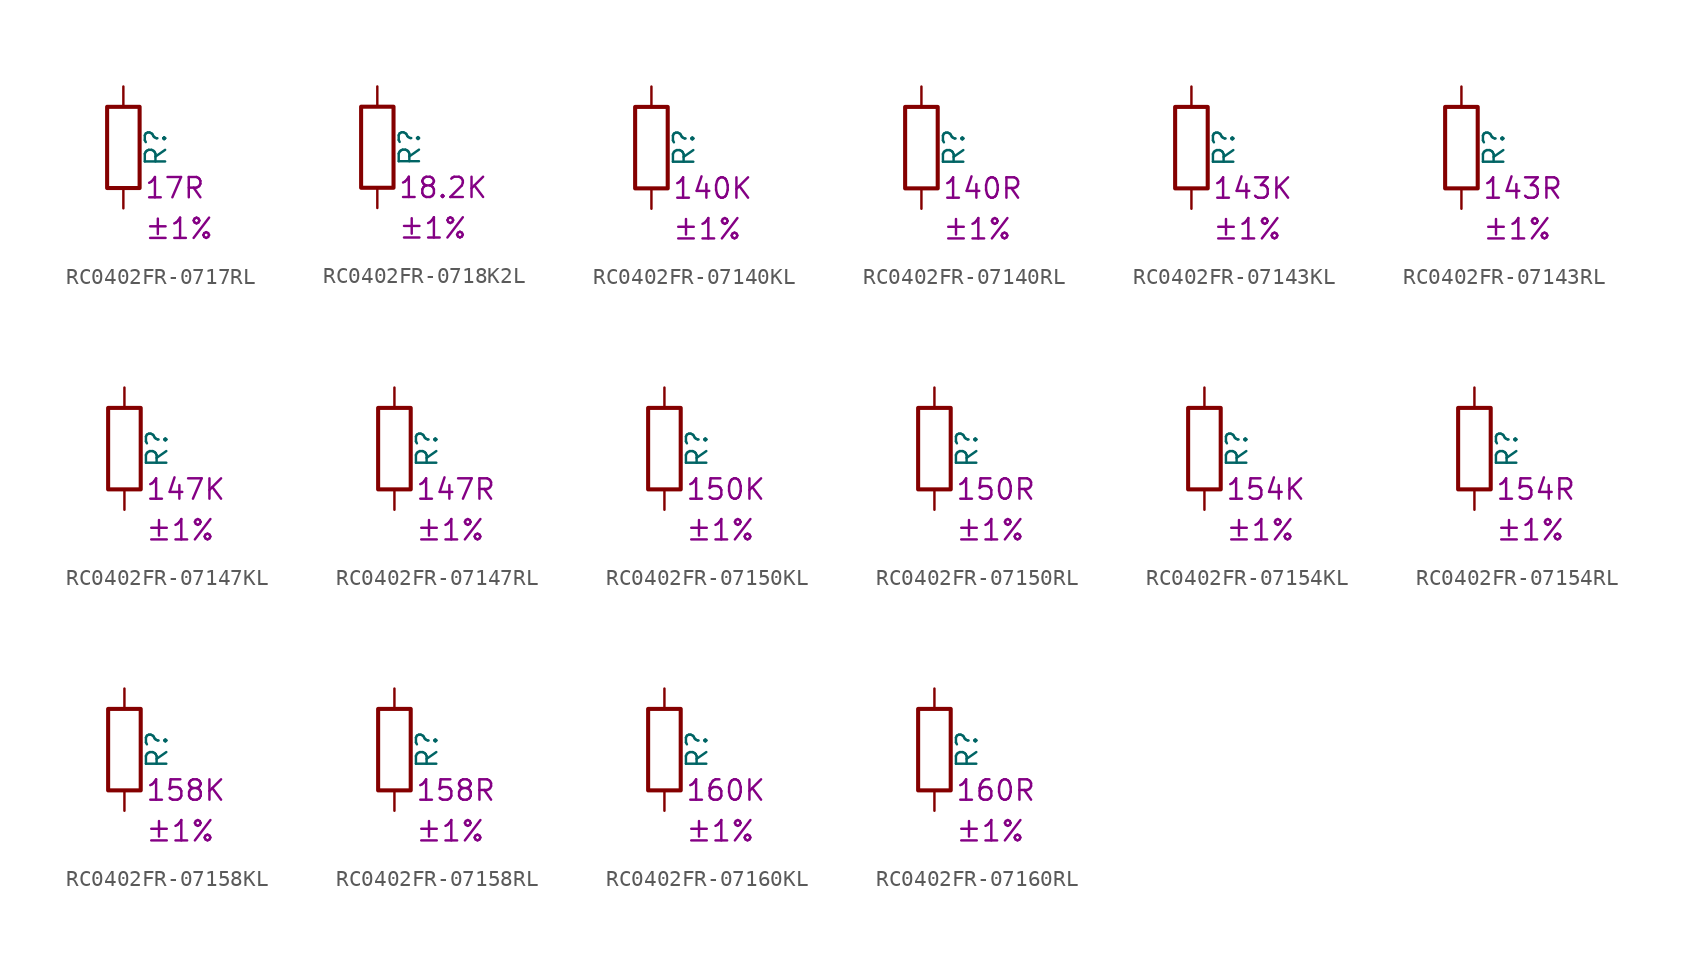
<source format=kicad_sym>
(kicad_symbol_lib
  (version 20220914)
  (generator kicad_symbol_editor)
  (symbol "RC0402FR-0717RL"
    (pin_numbers hide)
    (pin_names
      (offset 0))
    (property "Reference" "R"
      (at 2.032 0 90)
      (effects (font (size 1.27 1.27))))
    (property "Resistance" "17R"
      (at 1.27 -2.54 0)
      (effects (font (size 1.27 1.27)) (justify left)))
    (property "Tolerance" "±1%"
      (at 1.27 -5.08 0)
      (effects (font (size 1.27 1.27)) (justify left)))
    (symbol "RC0402FR-0717RL_0_1"
      (rectangle (start -1.016 -2.54) (end 1.016 2.54) (stroke (width 0.254) (type default)) (fill (type none))))
    (symbol "RC0402FR-0717RL_1_1"
      (pin passive line (at 0 3.81 270) (length 1.27) (name "~" (effects (font (size 1.27 1.27)))) (number "1" (effects (font (size 1.27 1.27)))))
      (pin passive line (at 0 -3.81 90) (length 1.27) (name "~" (effects (font (size 1.27 1.27)))) (number "2" (effects (font (size 1.27 1.27)))))))
  (symbol "RC0402FR-0718K2L"
    (pin_numbers hide)
    (pin_names
      (offset 0))
    (property "Reference" "R"
      (at 2.032 0 90)
      (effects (font (size 1.27 1.27))))
    (property "Resistance" "18.2K"
      (at 1.27 -2.54 0)
      (effects (font (size 1.27 1.27)) (justify left)))
    (property "Tolerance" "±1%"
      (at 1.27 -5.08 0)
      (effects (font (size 1.27 1.27)) (justify left)))
    (symbol "RC0402FR-0718K2L_0_1"
      (rectangle (start -1.016 -2.54) (end 1.016 2.54) (stroke (width 0.254) (type default)) (fill (type none))))
    (symbol "RC0402FR-0718K2L_1_1"
      (pin passive line (at 0 3.81 270) (length 1.27) (name "~" (effects (font (size 1.27 1.27)))) (number "1" (effects (font (size 1.27 1.27)))))
      (pin passive line (at 0 -3.81 90) (length 1.27) (name "~" (effects (font (size 1.27 1.27)))) (number "2" (effects (font (size 1.27 1.27)))))))
  (symbol "RC0402FR-07140KL"
    (pin_numbers hide)
    (pin_names
      (offset 0))
    (property "Reference" "R"
      (at 2.032 0 90)
      (effects (font (size 1.27 1.27))))
    (property "Resistance" "140K"
      (at 1.27 -2.54 0)
      (effects (font (size 1.27 1.27)) (justify left)))
    (property "Tolerance" "±1%"
      (at 1.27 -5.08 0)
      (effects (font (size 1.27 1.27)) (justify left)))
    (symbol "RC0402FR-07140KL_0_1"
      (rectangle (start -1.016 -2.54) (end 1.016 2.54) (stroke (width 0.254) (type default)) (fill (type none))))
    (symbol "RC0402FR-07140KL_1_1"
      (pin passive line (at 0 3.81 270) (length 1.27) (name "~" (effects (font (size 1.27 1.27)))) (number "1" (effects (font (size 1.27 1.27)))))
      (pin passive line (at 0 -3.81 90) (length 1.27) (name "~" (effects (font (size 1.27 1.27)))) (number "2" (effects (font (size 1.27 1.27)))))))
  (symbol "RC0402FR-07140RL"
    (pin_numbers hide)
    (pin_names
      (offset 0))
    (property "Reference" "R"
      (at 2.032 0 90)
      (effects (font (size 1.27 1.27))))
    (property "Resistance" "140R"
      (at 1.27 -2.54 0)
      (effects (font (size 1.27 1.27)) (justify left)))
    (property "Tolerance" "±1%"
      (at 1.27 -5.08 0)
      (effects (font (size 1.27 1.27)) (justify left)))
    (symbol "RC0402FR-07140RL_0_1"
      (rectangle (start -1.016 -2.54) (end 1.016 2.54) (stroke (width 0.254) (type default)) (fill (type none))))
    (symbol "RC0402FR-07140RL_1_1"
      (pin passive line (at 0 3.81 270) (length 1.27) (name "~" (effects (font (size 1.27 1.27)))) (number "1" (effects (font (size 1.27 1.27)))))
      (pin passive line (at 0 -3.81 90) (length 1.27) (name "~" (effects (font (size 1.27 1.27)))) (number "2" (effects (font (size 1.27 1.27)))))))
  (symbol "RC0402FR-07143KL"
    (pin_numbers hide)
    (pin_names
      (offset 0))
    (property "Reference" "R"
      (at 2.032 0 90)
      (effects (font (size 1.27 1.27))))
    (property "Resistance" "143K"
      (at 1.27 -2.54 0)
      (effects (font (size 1.27 1.27)) (justify left)))
    (property "Tolerance" "±1%"
      (at 1.27 -5.08 0)
      (effects (font (size 1.27 1.27)) (justify left)))
    (symbol "RC0402FR-07143KL_0_1"
      (rectangle (start -1.016 -2.54) (end 1.016 2.54) (stroke (width 0.254) (type default)) (fill (type none))))
    (symbol "RC0402FR-07143KL_1_1"
      (pin passive line (at 0 3.81 270) (length 1.27) (name "~" (effects (font (size 1.27 1.27)))) (number "1" (effects (font (size 1.27 1.27)))))
      (pin passive line (at 0 -3.81 90) (length 1.27) (name "~" (effects (font (size 1.27 1.27)))) (number "2" (effects (font (size 1.27 1.27)))))))
  (symbol "RC0402FR-07143RL"
    (pin_numbers hide)
    (pin_names
      (offset 0))
    (property "Reference" "R"
      (at 2.032 0 90)
      (effects (font (size 1.27 1.27))))
    (property "Resistance" "143R"
      (at 1.27 -2.54 0)
      (effects (font (size 1.27 1.27)) (justify left)))
    (property "Tolerance" "±1%"
      (at 1.27 -5.08 0)
      (effects (font (size 1.27 1.27)) (justify left)))
    (symbol "RC0402FR-07143RL_0_1"
      (rectangle (start -1.016 -2.54) (end 1.016 2.54) (stroke (width 0.254) (type default)) (fill (type none))))
    (symbol "RC0402FR-07143RL_1_1"
      (pin passive line (at 0 3.81 270) (length 1.27) (name "~" (effects (font (size 1.27 1.27)))) (number "1" (effects (font (size 1.27 1.27)))))
      (pin passive line (at 0 -3.81 90) (length 1.27) (name "~" (effects (font (size 1.27 1.27)))) (number "2" (effects (font (size 1.27 1.27)))))))
  (symbol "RC0402FR-07147KL"
    (pin_numbers hide)
    (pin_names
      (offset 0))
    (property "Reference" "R"
      (at 2.032 0 90)
      (effects (font (size 1.27 1.27))))
    (property "Resistance" "147K"
      (at 1.27 -2.54 0)
      (effects (font (size 1.27 1.27)) (justify left)))
    (property "Tolerance" "±1%"
      (at 1.27 -5.08 0)
      (effects (font (size 1.27 1.27)) (justify left)))
    (symbol "RC0402FR-07147KL_0_1"
      (rectangle (start -1.016 -2.54) (end 1.016 2.54) (stroke (width 0.254) (type default)) (fill (type none))))
    (symbol "RC0402FR-07147KL_1_1"
      (pin passive line (at 0 3.81 270) (length 1.27) (name "~" (effects (font (size 1.27 1.27)))) (number "1" (effects (font (size 1.27 1.27)))))
      (pin passive line (at 0 -3.81 90) (length 1.27) (name "~" (effects (font (size 1.27 1.27)))) (number "2" (effects (font (size 1.27 1.27)))))))
  (symbol "RC0402FR-07147RL"
    (pin_numbers hide)
    (pin_names
      (offset 0))
    (property "Reference" "R"
      (at 2.032 0 90)
      (effects (font (size 1.27 1.27))))
    (property "Resistance" "147R"
      (at 1.27 -2.54 0)
      (effects (font (size 1.27 1.27)) (justify left)))
    (property "Tolerance" "±1%"
      (at 1.27 -5.08 0)
      (effects (font (size 1.27 1.27)) (justify left)))
    (symbol "RC0402FR-07147RL_0_1"
      (rectangle (start -1.016 -2.54) (end 1.016 2.54) (stroke (width 0.254) (type default)) (fill (type none))))
    (symbol "RC0402FR-07147RL_1_1"
      (pin passive line (at 0 3.81 270) (length 1.27) (name "~" (effects (font (size 1.27 1.27)))) (number "1" (effects (font (size 1.27 1.27)))))
      (pin passive line (at 0 -3.81 90) (length 1.27) (name "~" (effects (font (size 1.27 1.27)))) (number "2" (effects (font (size 1.27 1.27)))))))
  (symbol "RC0402FR-07150KL"
    (pin_numbers hide)
    (pin_names
      (offset 0))
    (property "Reference" "R"
      (at 2.032 0 90)
      (effects (font (size 1.27 1.27))))
    (property "Resistance" "150K"
      (at 1.27 -2.54 0)
      (effects (font (size 1.27 1.27)) (justify left)))
    (property "Tolerance" "±1%"
      (at 1.27 -5.08 0)
      (effects (font (size 1.27 1.27)) (justify left)))
    (symbol "RC0402FR-07150KL_0_1"
      (rectangle (start -1.016 -2.54) (end 1.016 2.54) (stroke (width 0.254) (type default)) (fill (type none))))
    (symbol "RC0402FR-07150KL_1_1"
      (pin passive line (at 0 3.81 270) (length 1.27) (name "~" (effects (font (size 1.27 1.27)))) (number "1" (effects (font (size 1.27 1.27)))))
      (pin passive line (at 0 -3.81 90) (length 1.27) (name "~" (effects (font (size 1.27 1.27)))) (number "2" (effects (font (size 1.27 1.27)))))))
  (symbol "RC0402FR-07150RL"
    (pin_numbers hide)
    (pin_names
      (offset 0))
    (property "Reference" "R"
      (at 2.032 0 90)
      (effects (font (size 1.27 1.27))))
    (property "Resistance" "150R"
      (at 1.27 -2.54 0)
      (effects (font (size 1.27 1.27)) (justify left)))
    (property "Tolerance" "±1%"
      (at 1.27 -5.08 0)
      (effects (font (size 1.27 1.27)) (justify left)))
    (symbol "RC0402FR-07150RL_0_1"
      (rectangle (start -1.016 -2.54) (end 1.016 2.54) (stroke (width 0.254) (type default)) (fill (type none))))
    (symbol "RC0402FR-07150RL_1_1"
      (pin passive line (at 0 3.81 270) (length 1.27) (name "~" (effects (font (size 1.27 1.27)))) (number "1" (effects (font (size 1.27 1.27)))))
      (pin passive line (at 0 -3.81 90) (length 1.27) (name "~" (effects (font (size 1.27 1.27)))) (number "2" (effects (font (size 1.27 1.27)))))))
  (symbol "RC0402FR-07154KL"
    (pin_numbers hide)
    (pin_names
      (offset 0))
    (property "Reference" "R"
      (at 2.032 0 90)
      (effects (font (size 1.27 1.27))))
    (property "Resistance" "154K"
      (at 1.27 -2.54 0)
      (effects (font (size 1.27 1.27)) (justify left)))
    (property "Tolerance" "±1%"
      (at 1.27 -5.08 0)
      (effects (font (size 1.27 1.27)) (justify left)))
    (symbol "RC0402FR-07154KL_0_1"
      (rectangle (start -1.016 -2.54) (end 1.016 2.54) (stroke (width 0.254) (type default)) (fill (type none))))
    (symbol "RC0402FR-07154KL_1_1"
      (pin passive line (at 0 3.81 270) (length 1.27) (name "~" (effects (font (size 1.27 1.27)))) (number "1" (effects (font (size 1.27 1.27)))))
      (pin passive line (at 0 -3.81 90) (length 1.27) (name "~" (effects (font (size 1.27 1.27)))) (number "2" (effects (font (size 1.27 1.27)))))))
  (symbol "RC0402FR-07154RL"
    (pin_numbers hide)
    (pin_names
      (offset 0))
    (property "Reference" "R"
      (at 2.032 0 90)
      (effects (font (size 1.27 1.27))))
    (property "Resistance" "154R"
      (at 1.27 -2.54 0)
      (effects (font (size 1.27 1.27)) (justify left)))
    (property "Tolerance" "±1%"
      (at 1.27 -5.08 0)
      (effects (font (size 1.27 1.27)) (justify left)))
    (symbol "RC0402FR-07154RL_0_1"
      (rectangle (start -1.016 -2.54) (end 1.016 2.54) (stroke (width 0.254) (type default)) (fill (type none))))
    (symbol "RC0402FR-07154RL_1_1"
      (pin passive line (at 0 3.81 270) (length 1.27) (name "~" (effects (font (size 1.27 1.27)))) (number "1" (effects (font (size 1.27 1.27)))))
      (pin passive line (at 0 -3.81 90) (length 1.27) (name "~" (effects (font (size 1.27 1.27)))) (number "2" (effects (font (size 1.27 1.27)))))))
  (symbol "RC0402FR-07158KL"
    (pin_numbers hide)
    (pin_names
      (offset 0))
    (property "Reference" "R"
      (at 2.032 0 90)
      (effects (font (size 1.27 1.27))))
    (property "Resistance" "158K"
      (at 1.27 -2.54 0)
      (effects (font (size 1.27 1.27)) (justify left)))
    (property "Tolerance" "±1%"
      (at 1.27 -5.08 0)
      (effects (font (size 1.27 1.27)) (justify left)))
    (symbol "RC0402FR-07158KL_0_1"
      (rectangle (start -1.016 -2.54) (end 1.016 2.54) (stroke (width 0.254) (type default)) (fill (type none))))
    (symbol "RC0402FR-07158KL_1_1"
      (pin passive line (at 0 3.81 270) (length 1.27) (name "~" (effects (font (size 1.27 1.27)))) (number "1" (effects (font (size 1.27 1.27)))))
      (pin passive line (at 0 -3.81 90) (length 1.27) (name "~" (effects (font (size 1.27 1.27)))) (number "2" (effects (font (size 1.27 1.27)))))))
  (symbol "RC0402FR-07158RL"
    (pin_numbers hide)
    (pin_names
      (offset 0))
    (property "Reference" "R"
      (at 2.032 0 90)
      (effects (font (size 1.27 1.27))))
    (property "Resistance" "158R"
      (at 1.27 -2.54 0)
      (effects (font (size 1.27 1.27)) (justify left)))
    (property "Tolerance" "±1%"
      (at 1.27 -5.08 0)
      (effects (font (size 1.27 1.27)) (justify left)))
    (symbol "RC0402FR-07158RL_0_1"
      (rectangle (start -1.016 -2.54) (end 1.016 2.54) (stroke (width 0.254) (type default)) (fill (type none))))
    (symbol "RC0402FR-07158RL_1_1"
      (pin passive line (at 0 3.81 270) (length 1.27) (name "~" (effects (font (size 1.27 1.27)))) (number "1" (effects (font (size 1.27 1.27)))))
      (pin passive line (at 0 -3.81 90) (length 1.27) (name "~" (effects (font (size 1.27 1.27)))) (number "2" (effects (font (size 1.27 1.27)))))))
  (symbol "RC0402FR-07160KL"
    (pin_numbers hide)
    (pin_names
      (offset 0))
    (property "Reference" "R"
      (at 2.032 0 90)
      (effects (font (size 1.27 1.27))))
    (property "Resistance" "160K"
      (at 1.27 -2.54 0)
      (effects (font (size 1.27 1.27)) (justify left)))
    (property "Tolerance" "±1%"
      (at 1.27 -5.08 0)
      (effects (font (size 1.27 1.27)) (justify left)))
    (symbol "RC0402FR-07160KL_0_1"
      (rectangle (start -1.016 -2.54) (end 1.016 2.54) (stroke (width 0.254) (type default)) (fill (type none))))
    (symbol "RC0402FR-07160KL_1_1"
      (pin passive line (at 0 3.81 270) (length 1.27) (name "~" (effects (font (size 1.27 1.27)))) (number "1" (effects (font (size 1.27 1.27)))))
      (pin passive line (at 0 -3.81 90) (length 1.27) (name "~" (effects (font (size 1.27 1.27)))) (number "2" (effects (font (size 1.27 1.27)))))))
  (symbol "RC0402FR-07160RL"
    (pin_numbers hide)
    (pin_names
      (offset 0))
    (property "Reference" "R"
      (at 2.032 0 90)
      (effects (font (size 1.27 1.27))))
    (property "Resistance" "160R"
      (at 1.27 -2.54 0)
      (effects (font (size 1.27 1.27)) (justify left)))
    (property "Tolerance" "±1%"
      (at 1.27 -5.08 0)
      (effects (font (size 1.27 1.27)) (justify left)))
    (symbol "RC0402FR-07160RL_0_1"
      (rectangle (start -1.016 -2.54) (end 1.016 2.54) (stroke (width 0.254) (type default)) (fill (type none))))
    (symbol "RC0402FR-07160RL_1_1"
      (pin passive line (at 0 3.81 270) (length 1.27) (name "~" (effects (font (size 1.27 1.27)))) (number "1" (effects (font (size 1.27 1.27)))))
      (pin passive line (at 0 -3.81 90) (length 1.27) (name "~" (effects (font (size 1.27 1.27)))) (number "2" (effects (font (size 1.27 1.27))))))))
</source>
